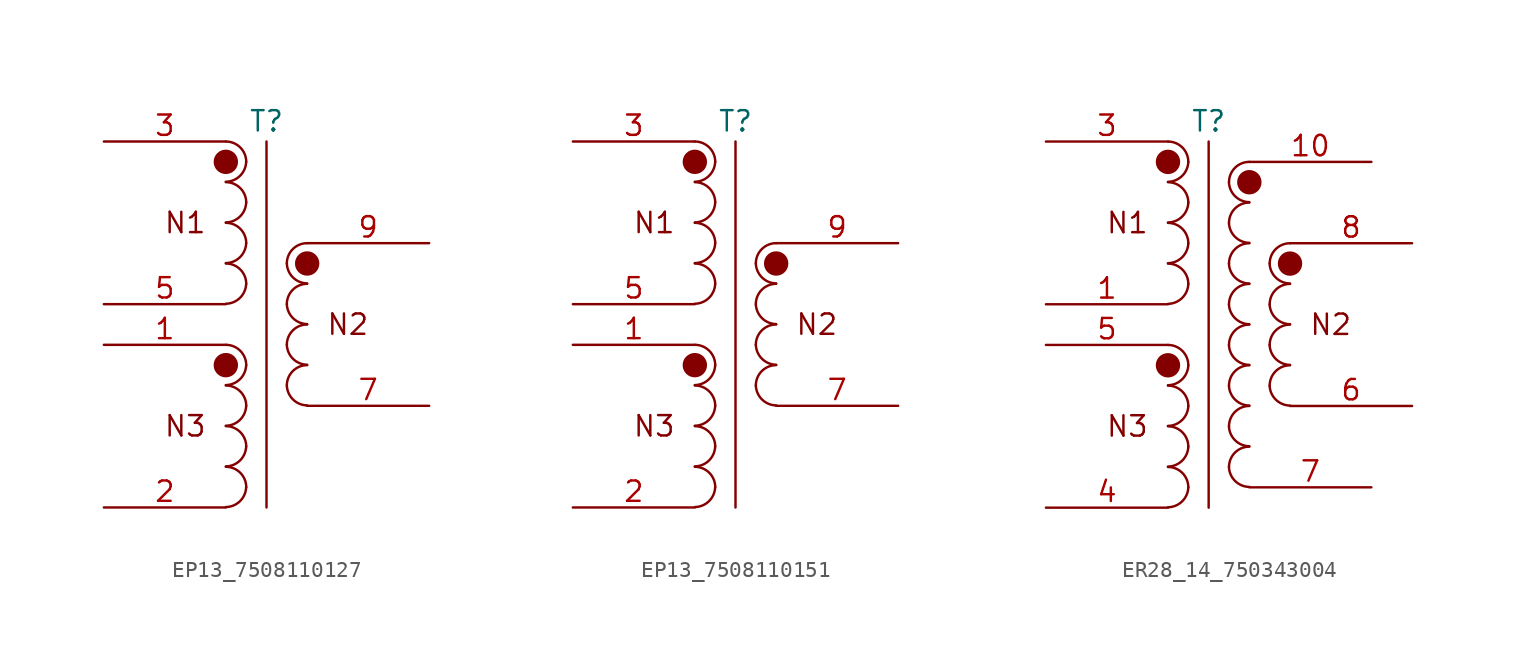
<source format=kicad_sym>
(kicad_symbol_lib
  (version 20220914)
  (generator kicad_symbol_editor)
  (symbol "EP13_7508110127"
    (pin_names hide)
    (property "Reference" "T"
      (at 0 12.7 0)
      (effects (font (size 1.27 1.27))))
    (property "Critical Parameter" ""
      (at 0 -5.08 0)
      (effects (font (size 1.27 1.27)) (justify left)))
    (symbol "EP13_7508110127_0_1"
      (arc (start -2.54 -11.4046) (mid -1.6561 -11.0363) (end -1.27 -10.16) (stroke (width 0) (type default)) (fill (type none)))
      (arc (start -2.54 -8.8646) (mid -1.6561 -8.4963) (end -1.27 -7.62) (stroke (width 0) (type default)) (fill (type none)))
      (arc (start -2.54 -6.3246) (mid -1.6561 -5.9563) (end -1.27 -5.08) (stroke (width 0) (type default)) (fill (type none)))
      (arc (start -2.54 -3.7846) (mid -1.6561 -3.4163) (end -1.27 -2.54) (stroke (width 0) (type default)) (fill (type none)))
      (arc (start -2.54 1.2954) (mid -1.6561 1.6637) (end -1.27 2.54) (stroke (width 0) (type default)) (fill (type none)))
      (arc (start -2.54 3.8354) (mid -1.6561 4.2037) (end -1.27 5.08) (stroke (width 0) (type default)) (fill (type none)))
      (arc (start -2.54 6.3754) (mid -1.6561 6.7437) (end -1.27 7.62) (stroke (width 0) (type default)) (fill (type none)))
      (arc (start -2.54 8.9154) (mid -1.6561 9.2837) (end -1.27 10.16) (stroke (width 0) (type default)) (fill (type none)))
      (arc (start -1.27 -10.16) (mid -1.642 -9.262) (end -2.54 -8.89) (stroke (width 0) (type default)) (fill (type none)))
      (arc (start -1.27 -7.62) (mid -1.642 -6.722) (end -2.54 -6.35) (stroke (width 0) (type default)) (fill (type none)))
      (arc (start -1.27 -5.08) (mid -1.642 -4.182) (end -2.54 -3.81) (stroke (width 0) (type default)) (fill (type none)))
      (arc (start -1.27 -2.54) (mid -1.642 -1.642) (end -2.54 -1.27) (stroke (width 0) (type default)) (fill (type none)))
      (arc (start -1.27 2.54) (mid -1.642 3.438) (end -2.54 3.81) (stroke (width 0) (type default)) (fill (type none)))
      (arc (start -1.27 5.08) (mid -1.642 5.978) (end -2.54 6.35) (stroke (width 0) (type default)) (fill (type none)))
      (arc (start -1.27 7.62) (mid -1.642 8.518) (end -2.54 8.89) (stroke (width 0) (type default)) (fill (type none)))
      (arc (start -1.27 10.16) (mid -1.642 11.058) (end -2.54 11.43) (stroke (width 0) (type default)) (fill (type none)))
      (polyline (pts (xy 0 -11.43) (xy 0 11.43)) (stroke (width 0) (type default)) (fill (type none)))
      (arc (start 1.27 -3.81) (mid 1.6561 -4.6863) (end 2.54 -5.0546) (stroke (width 0) (type default)) (fill (type none)))
      (arc (start 1.27 -1.27) (mid 1.6561 -2.1463) (end 2.54 -2.5146) (stroke (width 0) (type default)) (fill (type none)))
      (arc (start 1.27 1.27) (mid 1.6561 0.3937) (end 2.54 0.0254) (stroke (width 0) (type default)) (fill (type none)))
      (arc (start 1.27 3.81) (mid 1.6561 2.9337) (end 2.54 2.5654) (stroke (width 0) (type default)) (fill (type none)))
      (arc (start 2.54 -2.54) (mid 1.642 -2.912) (end 1.27 -3.81) (stroke (width 0) (type default)) (fill (type none)))
      (arc (start 2.54 0) (mid 1.642 -0.372) (end 1.27 -1.27) (stroke (width 0) (type default)) (fill (type none)))
      (arc (start 2.54 2.54) (mid 1.642 2.168) (end 1.27 1.27) (stroke (width 0) (type default)) (fill (type none)))
      (arc (start 2.54 5.08) (mid 1.642 4.708) (end 1.27 3.81) (stroke (width 0) (type default)) (fill (type none))))
    (symbol "EP13_7508110127_1_1"
      (circle (center -2.54 -2.54) (radius 0.0001) (stroke (width 0.762) (type default)) (fill (type none)))
      (circle (center -2.54 10.16) (radius 0.0001) (stroke (width 0.762) (type default)) (fill (type none)))
      (circle (center 2.54 3.81) (radius 0.0001) (stroke (width 0.762) (type default)) (fill (type none)))
      (text "N1" (at -5.08 6.35 0) (effects (font (size 1.27 1.27))))
      (text "N2" (at 5.08 0 0) (effects (font (size 1.27 1.27))))
      (text "N3" (at -5.08 -6.35 0) (effects (font (size 1.27 1.27))))
      (pin passive line (at -10.16 -1.27 0) (length 7.62) (name "1" (effects (font (size 1.27 1.27)))) (number "1" (effects (font (size 1.27 1.27)))))
      (pin passive line (at -10.16 -11.43 0) (length 7.62) (name "2" (effects (font (size 1.27 1.27)))) (number "2" (effects (font (size 1.27 1.27)))))
      (pin passive line (at -10.16 11.43 0) (length 7.62) (name "3" (effects (font (size 1.27 1.27)))) (number "3" (effects (font (size 1.27 1.27)))))
      (pin passive line (at -10.16 1.27 0) (length 7.62) (name "5" (effects (font (size 1.27 1.27)))) (number "5" (effects (font (size 1.27 1.27)))))
      (pin passive line (at 10.16 -5.08 180) (length 7.62) (name "7" (effects (font (size 1.27 1.27)))) (number "7" (effects (font (size 1.27 1.27)))))
      (pin passive line (at 10.16 5.08 180) (length 7.62) (name "9" (effects (font (size 1.27 1.27)))) (number "9" (effects (font (size 1.27 1.27)))))))
  (symbol "EP13_7508110151"
    (pin_names hide)
    (property "Reference" "T"
      (at 0 12.7 0)
      (effects (font (size 1.27 1.27))))
    (property "Critical Parameter" ""
      (at 0 -5.08 0)
      (effects (font (size 1.27 1.27)) (justify left)))
    (symbol "EP13_7508110151_0_1"
      (arc (start -2.54 -11.4046) (mid -1.6561 -11.0363) (end -1.27 -10.16) (stroke (width 0) (type default)) (fill (type none)))
      (arc (start -2.54 -8.8646) (mid -1.6561 -8.4963) (end -1.27 -7.62) (stroke (width 0) (type default)) (fill (type none)))
      (arc (start -2.54 -6.3246) (mid -1.6561 -5.9563) (end -1.27 -5.08) (stroke (width 0) (type default)) (fill (type none)))
      (arc (start -2.54 -3.7846) (mid -1.6561 -3.4163) (end -1.27 -2.54) (stroke (width 0) (type default)) (fill (type none)))
      (arc (start -2.54 1.2954) (mid -1.6561 1.6637) (end -1.27 2.54) (stroke (width 0) (type default)) (fill (type none)))
      (arc (start -2.54 3.8354) (mid -1.6561 4.2037) (end -1.27 5.08) (stroke (width 0) (type default)) (fill (type none)))
      (arc (start -2.54 6.3754) (mid -1.6561 6.7437) (end -1.27 7.62) (stroke (width 0) (type default)) (fill (type none)))
      (arc (start -2.54 8.9154) (mid -1.6561 9.2837) (end -1.27 10.16) (stroke (width 0) (type default)) (fill (type none)))
      (arc (start -1.27 -10.16) (mid -1.642 -9.262) (end -2.54 -8.89) (stroke (width 0) (type default)) (fill (type none)))
      (arc (start -1.27 -7.62) (mid -1.642 -6.722) (end -2.54 -6.35) (stroke (width 0) (type default)) (fill (type none)))
      (arc (start -1.27 -5.08) (mid -1.642 -4.182) (end -2.54 -3.81) (stroke (width 0) (type default)) (fill (type none)))
      (arc (start -1.27 -2.54) (mid -1.642 -1.642) (end -2.54 -1.27) (stroke (width 0) (type default)) (fill (type none)))
      (arc (start -1.27 2.54) (mid -1.642 3.438) (end -2.54 3.81) (stroke (width 0) (type default)) (fill (type none)))
      (arc (start -1.27 5.08) (mid -1.642 5.978) (end -2.54 6.35) (stroke (width 0) (type default)) (fill (type none)))
      (arc (start -1.27 7.62) (mid -1.642 8.518) (end -2.54 8.89) (stroke (width 0) (type default)) (fill (type none)))
      (arc (start -1.27 10.16) (mid -1.642 11.058) (end -2.54 11.43) (stroke (width 0) (type default)) (fill (type none)))
      (polyline (pts (xy 0 -11.43) (xy 0 11.43)) (stroke (width 0) (type default)) (fill (type none)))
      (arc (start 1.27 -3.81) (mid 1.6561 -4.6863) (end 2.54 -5.0546) (stroke (width 0) (type default)) (fill (type none)))
      (arc (start 1.27 -1.27) (mid 1.6561 -2.1463) (end 2.54 -2.5146) (stroke (width 0) (type default)) (fill (type none)))
      (arc (start 1.27 1.27) (mid 1.6561 0.3937) (end 2.54 0.0254) (stroke (width 0) (type default)) (fill (type none)))
      (arc (start 1.27 3.81) (mid 1.6561 2.9337) (end 2.54 2.5654) (stroke (width 0) (type default)) (fill (type none)))
      (arc (start 2.54 -2.54) (mid 1.642 -2.912) (end 1.27 -3.81) (stroke (width 0) (type default)) (fill (type none)))
      (arc (start 2.54 0) (mid 1.642 -0.372) (end 1.27 -1.27) (stroke (width 0) (type default)) (fill (type none)))
      (arc (start 2.54 2.54) (mid 1.642 2.168) (end 1.27 1.27) (stroke (width 0) (type default)) (fill (type none)))
      (arc (start 2.54 5.08) (mid 1.642 4.708) (end 1.27 3.81) (stroke (width 0) (type default)) (fill (type none))))
    (symbol "EP13_7508110151_1_1"
      (circle (center -2.54 -2.54) (radius 0.0001) (stroke (width 0.762) (type default)) (fill (type none)))
      (circle (center -2.54 10.16) (radius 0.0001) (stroke (width 0.762) (type default)) (fill (type none)))
      (circle (center 2.54 3.81) (radius 0.0001) (stroke (width 0.762) (type default)) (fill (type none)))
      (text "N1" (at -5.08 6.35 0) (effects (font (size 1.27 1.27))))
      (text "N2" (at 5.08 0 0) (effects (font (size 1.27 1.27))))
      (text "N3" (at -5.08 -6.35 0) (effects (font (size 1.27 1.27))))
      (pin passive line (at -10.16 -1.27 0) (length 7.62) (name "1" (effects (font (size 1.27 1.27)))) (number "1" (effects (font (size 1.27 1.27)))))
      (pin passive line (at -10.16 -11.43 0) (length 7.62) (name "2" (effects (font (size 1.27 1.27)))) (number "2" (effects (font (size 1.27 1.27)))))
      (pin passive line (at -10.16 11.43 0) (length 7.62) (name "3" (effects (font (size 1.27 1.27)))) (number "3" (effects (font (size 1.27 1.27)))))
      (pin passive line (at -10.16 1.27 0) (length 7.62) (name "5" (effects (font (size 1.27 1.27)))) (number "5" (effects (font (size 1.27 1.27)))))
      (pin passive line (at 10.16 -5.08 180) (length 7.62) (name "7" (effects (font (size 1.27 1.27)))) (number "7" (effects (font (size 1.27 1.27)))))
      (pin passive line (at 10.16 5.08 180) (length 7.62) (name "9" (effects (font (size 1.27 1.27)))) (number "9" (effects (font (size 1.27 1.27)))))))
  (symbol "ER28_14_750343004"
    (pin_names hide)
    (property "Reference" "T"
      (at 0 12.7 0)
      (effects (font (size 1.27 1.27))))
    (property "Critical Parameter" ""
      (at 0 -5.08 0)
      (effects (font (size 1.27 1.27)) (justify left)))
    (symbol "ER28_14_750343004_0_1"
      (arc (start -2.54 -11.4046) (mid -1.6561 -11.0363) (end -1.27 -10.16) (stroke (width 0) (type default)) (fill (type none)))
      (arc (start -2.54 -8.8646) (mid -1.6561 -8.4963) (end -1.27 -7.62) (stroke (width 0) (type default)) (fill (type none)))
      (arc (start -2.54 -6.3246) (mid -1.6561 -5.9563) (end -1.27 -5.08) (stroke (width 0) (type default)) (fill (type none)))
      (arc (start -2.54 -3.7846) (mid -1.6561 -3.4163) (end -1.27 -2.54) (stroke (width 0) (type default)) (fill (type none)))
      (arc (start -2.54 1.2954) (mid -1.6561 1.6637) (end -1.27 2.54) (stroke (width 0) (type default)) (fill (type none)))
      (arc (start -2.54 3.8354) (mid -1.6561 4.2037) (end -1.27 5.08) (stroke (width 0) (type default)) (fill (type none)))
      (arc (start -2.54 6.3754) (mid -1.6561 6.7437) (end -1.27 7.62) (stroke (width 0) (type default)) (fill (type none)))
      (arc (start -2.54 8.9154) (mid -1.6561 9.2837) (end -1.27 10.16) (stroke (width 0) (type default)) (fill (type none)))
      (arc (start -1.27 -10.16) (mid -1.642 -9.262) (end -2.54 -8.89) (stroke (width 0) (type default)) (fill (type none)))
      (arc (start -1.27 -7.62) (mid -1.642 -6.722) (end -2.54 -6.35) (stroke (width 0) (type default)) (fill (type none)))
      (arc (start -1.27 -5.08) (mid -1.642 -4.182) (end -2.54 -3.81) (stroke (width 0) (type default)) (fill (type none)))
      (arc (start -1.27 -2.54) (mid -1.642 -1.642) (end -2.54 -1.27) (stroke (width 0) (type default)) (fill (type none)))
      (arc (start -1.27 2.54) (mid -1.642 3.438) (end -2.54 3.81) (stroke (width 0) (type default)) (fill (type none)))
      (arc (start -1.27 5.08) (mid -1.642 5.978) (end -2.54 6.35) (stroke (width 0) (type default)) (fill (type none)))
      (arc (start -1.27 7.62) (mid -1.642 8.518) (end -2.54 8.89) (stroke (width 0) (type default)) (fill (type none)))
      (arc (start -1.27 10.16) (mid -1.642 11.058) (end -2.54 11.43) (stroke (width 0) (type default)) (fill (type none)))
      (polyline (pts (xy 0 -11.43) (xy 0 11.43)) (stroke (width 0) (type default)) (fill (type none)))
      (arc (start 1.27 -8.89) (mid 1.656 -9.7664) (end 2.54 -10.1346) (stroke (width 0) (type default)) (fill (type none)))
      (arc (start 1.27 -6.35) (mid 1.656 -7.2264) (end 2.54 -7.5946) (stroke (width 0) (type default)) (fill (type none)))
      (arc (start 1.27 -3.81) (mid 1.656 -4.6864) (end 2.54 -5.0546) (stroke (width 0) (type default)) (fill (type none)))
      (arc (start 1.27 -1.27) (mid 1.656 -2.1464) (end 2.54 -2.5146) (stroke (width 0) (type default)) (fill (type none)))
      (arc (start 1.27 1.27) (mid 1.656 0.3936) (end 2.54 0.0254) (stroke (width 0) (type default)) (fill (type none)))
      (arc (start 1.27 3.81) (mid 1.656 2.9336) (end 2.54 2.5654) (stroke (width 0) (type default)) (fill (type none)))
      (arc (start 1.27 6.35) (mid 1.656 5.4736) (end 2.54 5.1054) (stroke (width 0) (type default)) (fill (type none)))
      (arc (start 1.27 8.89) (mid 1.656 8.0136) (end 2.54 7.6454) (stroke (width 0) (type default)) (fill (type none)))
      (arc (start 2.54 -7.62) (mid 1.642 -7.992) (end 1.27 -8.89) (stroke (width 0) (type default)) (fill (type none)))
      (arc (start 2.54 -5.08) (mid 1.642 -5.452) (end 1.27 -6.35) (stroke (width 0) (type default)) (fill (type none)))
      (arc (start 2.54 -2.54) (mid 1.642 -2.912) (end 1.27 -3.81) (stroke (width 0) (type default)) (fill (type none)))
      (arc (start 2.54 0) (mid 1.642 -0.372) (end 1.27 -1.27) (stroke (width 0) (type default)) (fill (type none)))
      (arc (start 2.54 2.54) (mid 1.642 2.168) (end 1.27 1.27) (stroke (width 0) (type default)) (fill (type none)))
      (arc (start 2.54 5.08) (mid 1.642 4.708) (end 1.27 3.81) (stroke (width 0) (type default)) (fill (type none)))
      (arc (start 2.54 7.62) (mid 1.642 7.248) (end 1.27 6.35) (stroke (width 0) (type default)) (fill (type none)))
      (arc (start 2.54 10.16) (mid 1.642 9.788) (end 1.27 8.89) (stroke (width 0) (type default)) (fill (type none)))
      (arc (start 3.81 -3.81) (mid 4.1961 -4.6863) (end 5.08 -5.0546) (stroke (width 0) (type default)) (fill (type none)))
      (arc (start 3.81 -1.27) (mid 4.1961 -2.1463) (end 5.08 -2.5146) (stroke (width 0) (type default)) (fill (type none)))
      (arc (start 3.81 1.27) (mid 4.1961 0.3937) (end 5.08 0.0254) (stroke (width 0) (type default)) (fill (type none)))
      (arc (start 3.81 3.81) (mid 4.1961 2.9337) (end 5.08 2.5654) (stroke (width 0) (type default)) (fill (type none)))
      (arc (start 5.08 -2.54) (mid 4.182 -2.912) (end 3.81 -3.81) (stroke (width 0) (type default)) (fill (type none)))
      (arc (start 5.08 0) (mid 4.182 -0.372) (end 3.81 -1.27) (stroke (width 0) (type default)) (fill (type none)))
      (arc (start 5.08 2.54) (mid 4.182 2.168) (end 3.81 1.27) (stroke (width 0) (type default)) (fill (type none)))
      (arc (start 5.08 5.08) (mid 4.182 4.708) (end 3.81 3.81) (stroke (width 0) (type default)) (fill (type none))))
    (symbol "ER28_14_750343004_1_1"
      (circle (center -2.54 -2.54) (radius 0.0001) (stroke (width 0.762) (type default)) (fill (type none)))
      (circle (center -2.54 10.16) (radius 0.0001) (stroke (width 0.762) (type default)) (fill (type none)))
      (circle (center 2.54 8.89) (radius 0.0001) (stroke (width 0.762) (type default)) (fill (type none)))
      (circle (center 5.08 3.81) (radius 0.0001) (stroke (width 0.762) (type default)) (fill (type none)))
      (text "N1" (at -5.08 6.35 0) (effects (font (size 1.27 1.27))))
      (text "N2" (at 7.62 0 0) (effects (font (size 1.27 1.27))))
      (text "N3" (at -5.08 -6.35 0) (effects (font (size 1.27 1.27))))
      (pin passive line (at -10.16 1.27 0) (length 7.62) (name "1" (effects (font (size 1.27 1.27)))) (number "1" (effects (font (size 1.27 1.27)))))
      (pin passive line (at 10.16 10.16 180) (length 7.62) (name "10" (effects (font (size 1.27 1.27)))) (number "10" (effects (font (size 1.27 1.27)))))
      (pin passive line (at -10.16 11.43 0) (length 7.62) (name "3" (effects (font (size 1.27 1.27)))) (number "3" (effects (font (size 1.27 1.27)))))
      (pin passive line (at -10.16 -11.43 0) (length 7.62) (name "4" (effects (font (size 1.27 1.27)))) (number "4" (effects (font (size 1.27 1.27)))))
      (pin passive line (at -10.16 -1.27 0) (length 7.62) (name "5" (effects (font (size 1.27 1.27)))) (number "5" (effects (font (size 1.27 1.27)))))
      (pin passive line (at 12.7 -5.08 180) (length 7.62) (name "6" (effects (font (size 1.27 1.27)))) (number "6" (effects (font (size 1.27 1.27)))))
      (pin passive line (at 10.16 -10.16 180) (length 7.62) (name "7" (effects (font (size 1.27 1.27)))) (number "7" (effects (font (size 1.27 1.27)))))
      (pin passive line (at 12.7 5.08 180) (length 7.62) (name "8" (effects (font (size 1.27 1.27)))) (number "8" (effects (font (size 1.27 1.27))))))))
</source>
